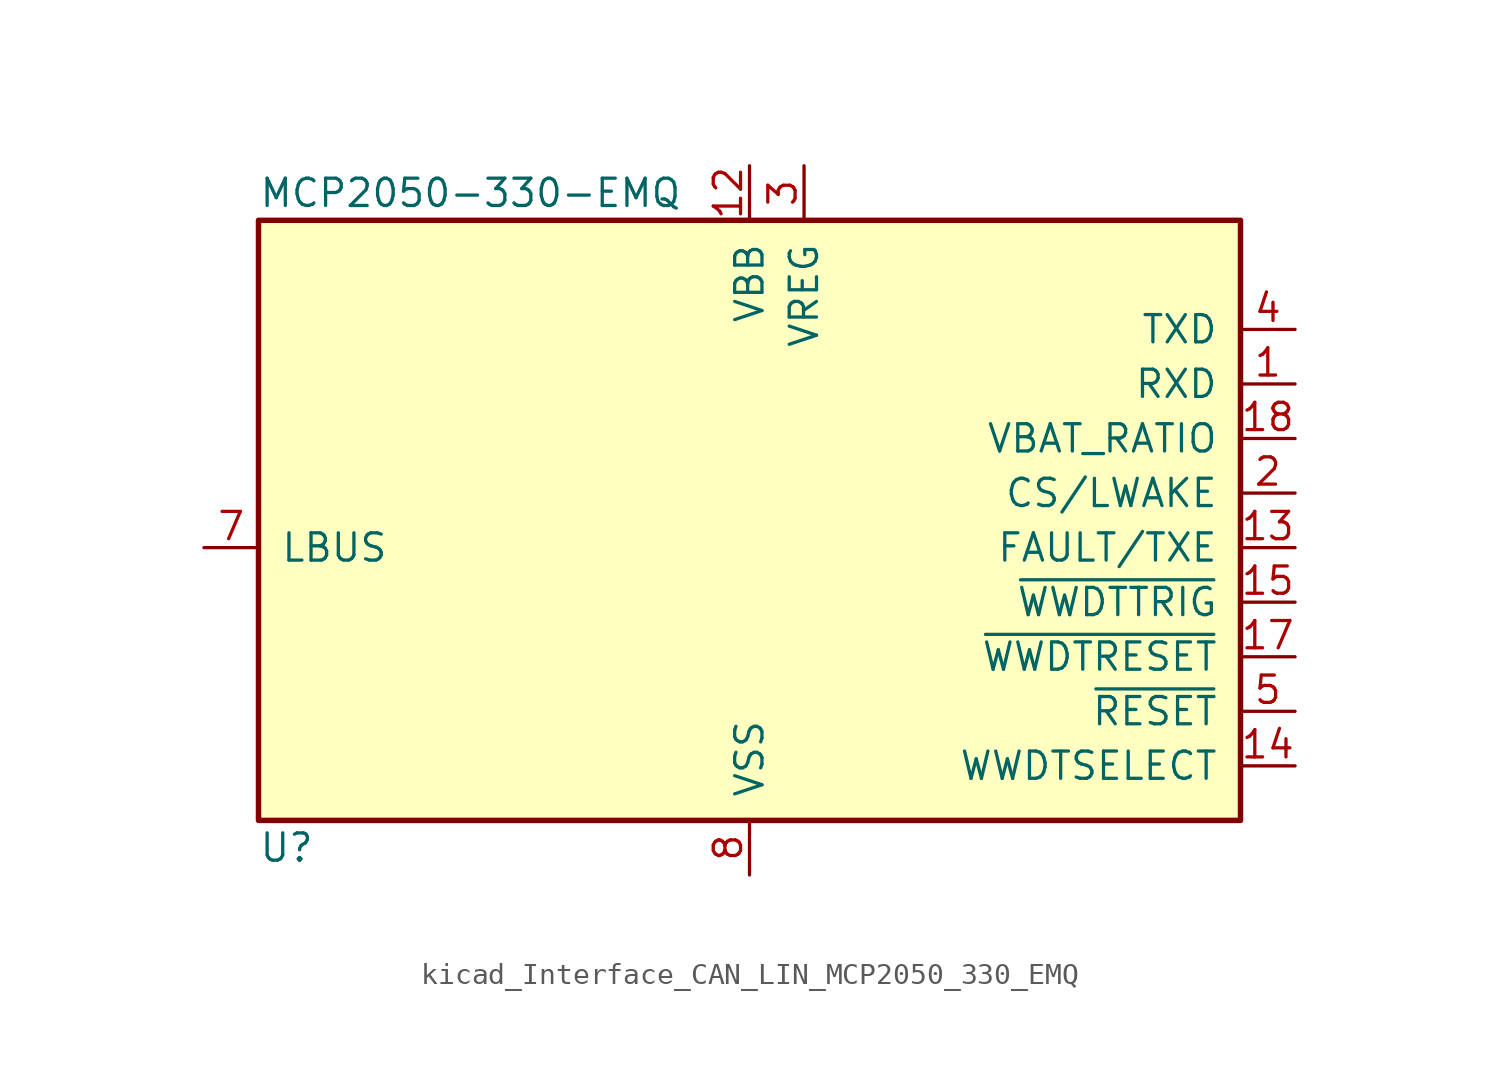
<source format=kicad_sym>
(kicad_symbol_lib
  (version 20220914)
  (generator kicad_symbol_editor)
  (symbol "kicad_Interface_CAN_LIN_MCP2050_330_EMQ"
    (pin_names
      (offset 1.016))
    (property "Reference" "U"
      (at -22.86 -13.97 0)
      (effects (font (size 1.27 1.27)) (justify left)))
    (property "Value" "MCP2050-330-EMQ"
      (at -22.86 16.51 0)
      (effects (font (size 1.27 1.27)) (justify left)))
    (symbol "kicad_Interface_CAN_LIN_MCP2050_330_EMQ_0_1"
      (rectangle (start -22.86 15.24) (end 22.86 -12.7) (stroke (width 0.254) (type default)) (fill (type background))))
    (symbol "kicad_Interface_CAN_LIN_MCP2050_330_EMQ_1_1"
      (pin output line (at 25.4 7.62 180) (length 2.54) (name "RXD" (effects (font (size 1.27 1.27)))) (number "1" (effects (font (size 1.27 1.27)))))
      (pin no_connect line (at -22.86 7.62 0) (length 2.54) hide (name "NC" (effects (font (size 1.27 1.27)))) (number "10" (effects (font (size 1.27 1.27)))))
      (pin no_connect line (at -22.86 5.08 0) (length 2.54) hide (name "NC" (effects (font (size 1.27 1.27)))) (number "11" (effects (font (size 1.27 1.27)))))
      (pin power_in line (at 0 17.78 270) (length 2.54) (name "VBB" (effects (font (size 1.27 1.27)))) (number "12" (effects (font (size 1.27 1.27)))))
      (pin open_collector line (at 25.4 0 180) (length 2.54) (name "FAULT/TXE" (effects (font (size 1.27 1.27)))) (number "13" (effects (font (size 1.27 1.27)))))
      (pin input line (at 25.4 -10.16 180) (length 2.54) (name "WWDTSELECT" (effects (font (size 1.27 1.27)))) (number "14" (effects (font (size 1.27 1.27)))))
      (pin input line (at 25.4 -2.54 180) (length 2.54) (name "~{WWDTTRIG}" (effects (font (size 1.27 1.27)))) (number "15" (effects (font (size 1.27 1.27)))))
      (pin no_connect line (at -22.86 2.54 0) (length 2.54) hide (name "NC" (effects (font (size 1.27 1.27)))) (number "16" (effects (font (size 1.27 1.27)))))
      (pin output line (at 25.4 -5.08 180) (length 2.54) (name "~{WWDTRESET}" (effects (font (size 1.27 1.27)))) (number "17" (effects (font (size 1.27 1.27)))))
      (pin output line (at 25.4 5.08 180) (length 2.54) (name "VBAT_RATIO" (effects (font (size 1.27 1.27)))) (number "18" (effects (font (size 1.27 1.27)))))
      (pin no_connect line (at -22.86 -2.54 0) (length 2.54) hide (name "NC" (effects (font (size 1.27 1.27)))) (number "19" (effects (font (size 1.27 1.27)))))
      (pin input line (at 25.4 2.54 180) (length 2.54) (name "CS/LWAKE" (effects (font (size 1.27 1.27)))) (number "2" (effects (font (size 1.27 1.27)))))
      (pin no_connect line (at -22.86 -5.08 0) (length 2.54) hide (name "NC" (effects (font (size 1.27 1.27)))) (number "20" (effects (font (size 1.27 1.27)))))
      (pin no_connect line (at -22.86 -7.62 0) (length 2.54) hide (name "PAD" (effects (font (size 1.27 1.27)))) (number "21" (effects (font (size 1.27 1.27)))))
      (pin power_out line (at 2.54 17.78 270) (length 2.54) (name "VREG" (effects (font (size 1.27 1.27)))) (number "3" (effects (font (size 1.27 1.27)))))
      (pin input line (at 25.4 10.16 180) (length 2.54) (name "TXD" (effects (font (size 1.27 1.27)))) (number "4" (effects (font (size 1.27 1.27)))))
      (pin output line (at 25.4 -7.62 180) (length 2.54) (name "~{RESET}" (effects (font (size 1.27 1.27)))) (number "5" (effects (font (size 1.27 1.27)))))
      (pin no_connect line (at -22.86 12.7 0) (length 2.54) hide (name "NC" (effects (font (size 1.27 1.27)))) (number "6" (effects (font (size 1.27 1.27)))))
      (pin open_collector line (at -25.4 0 0) (length 2.54) (name "LBUS" (effects (font (size 1.27 1.27)))) (number "7" (effects (font (size 1.27 1.27)))))
      (pin power_in line (at 0 -15.24 90) (length 2.54) (name "VSS" (effects (font (size 1.27 1.27)))) (number "8" (effects (font (size 1.27 1.27)))))
      (pin no_connect line (at -22.86 10.16 0) (length 2.54) hide (name "NC" (effects (font (size 1.27 1.27)))) (number "9" (effects (font (size 1.27 1.27))))))))
</source>
